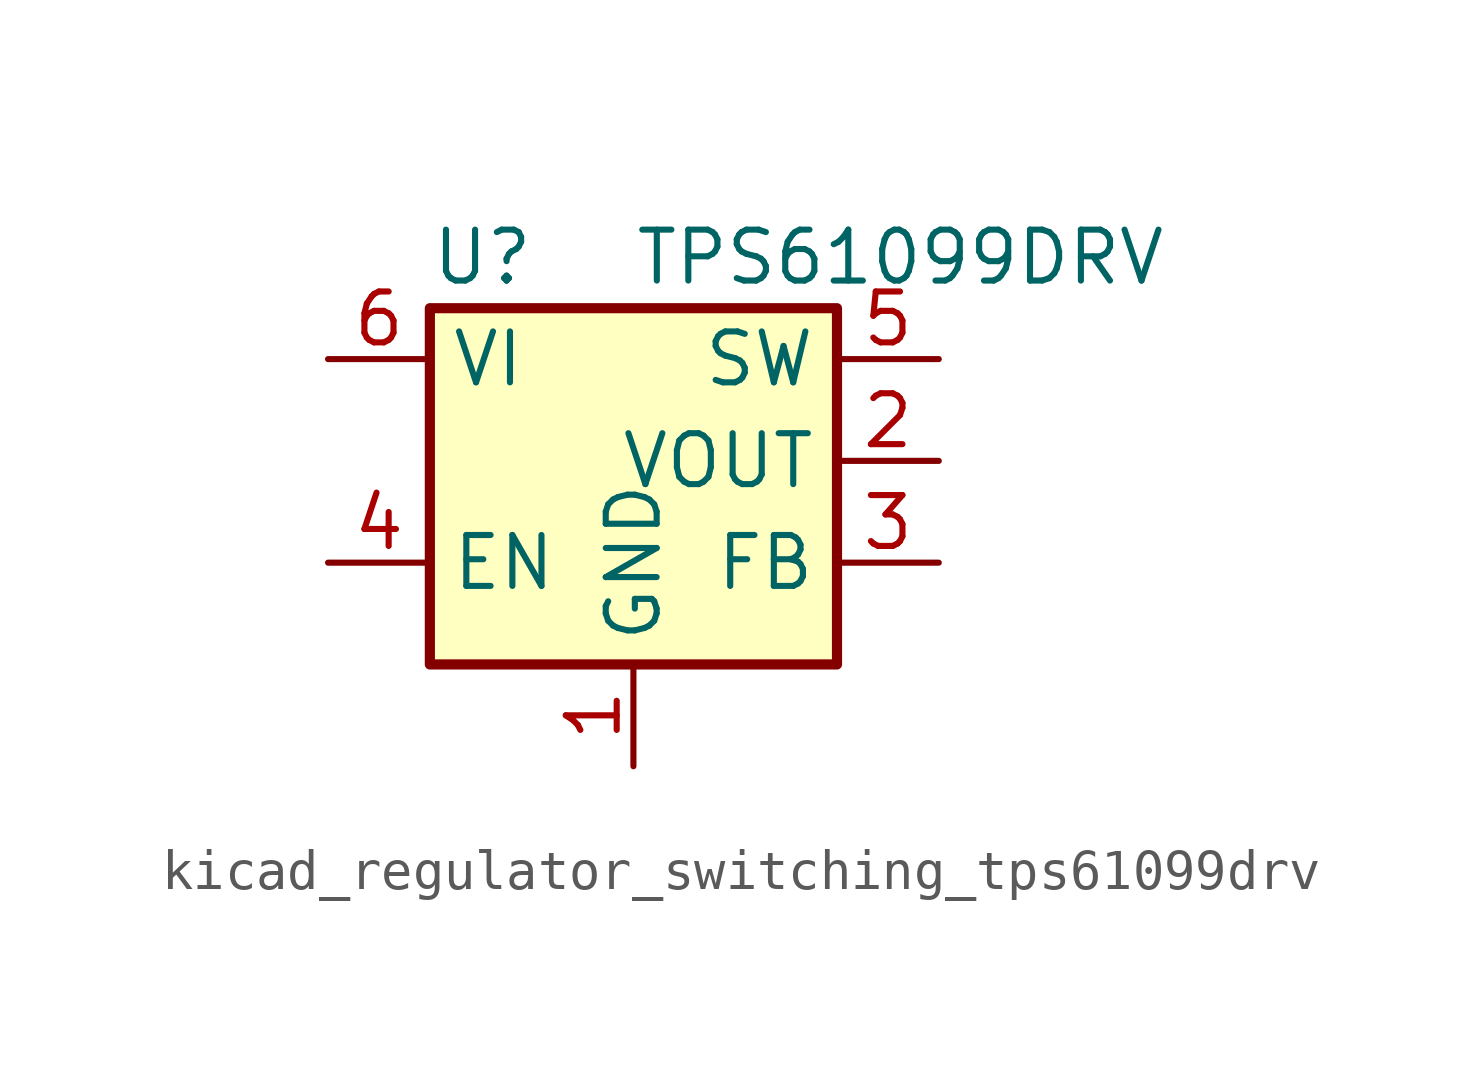
<source format=kicad_sym>
(kicad_symbol_lib
  (version 20220914)
  (generator kicad_symbol_editor)
  (symbol "kicad_regulator_switching_tps61099drv"
    (property "Reference" "U"
      (at -5.08 7.62 0)
      (effects (font (size 1.27 1.27)) (justify left)))
    (property "Value" "TPS61099DRV"
      (at 0 7.62 0)
      (effects (font (size 1.27 1.27)) (justify left)))
    (symbol "kicad_regulator_switching_tps61099drv_0_1"
      (rectangle (start -5.08 6.35) (end 5.08 -2.54) (stroke (width 0.254) (type default)) (fill (type background))))
    (symbol "kicad_regulator_switching_tps61099drv_1_1"
      (pin power_in line (at 0 -5.08 90) (length 2.54) (name "GND" (effects (font (size 1.27 1.27)))) (number "1" (effects (font (size 1.27 1.27)))))
      (pin power_out line (at 7.62 2.54 180) (length 2.54) (name "VOUT" (effects (font (size 1.27 1.27)))) (number "2" (effects (font (size 1.27 1.27)))))
      (pin passive line (at 7.62 0 180) (length 2.54) (name "FB" (effects (font (size 1.27 1.27)))) (number "3" (effects (font (size 1.27 1.27)))))
      (pin input line (at -7.62 0 0) (length 2.54) (name "EN" (effects (font (size 1.27 1.27)))) (number "4" (effects (font (size 1.27 1.27)))))
      (pin power_in line (at 7.62 5.08 180) (length 2.54) (name "SW" (effects (font (size 1.27 1.27)))) (number "5" (effects (font (size 1.27 1.27)))))
      (pin power_in line (at -7.62 5.08 0) (length 2.54) (name "VI" (effects (font (size 1.27 1.27)))) (number "6" (effects (font (size 1.27 1.27)))))
      (pin passive line (at 0 -5.08 90) (length 2.54) hide (name "GND" (effects (font (size 1.27 1.27)))) (number "7" (effects (font (size 1.27 1.27))))))))
</source>
